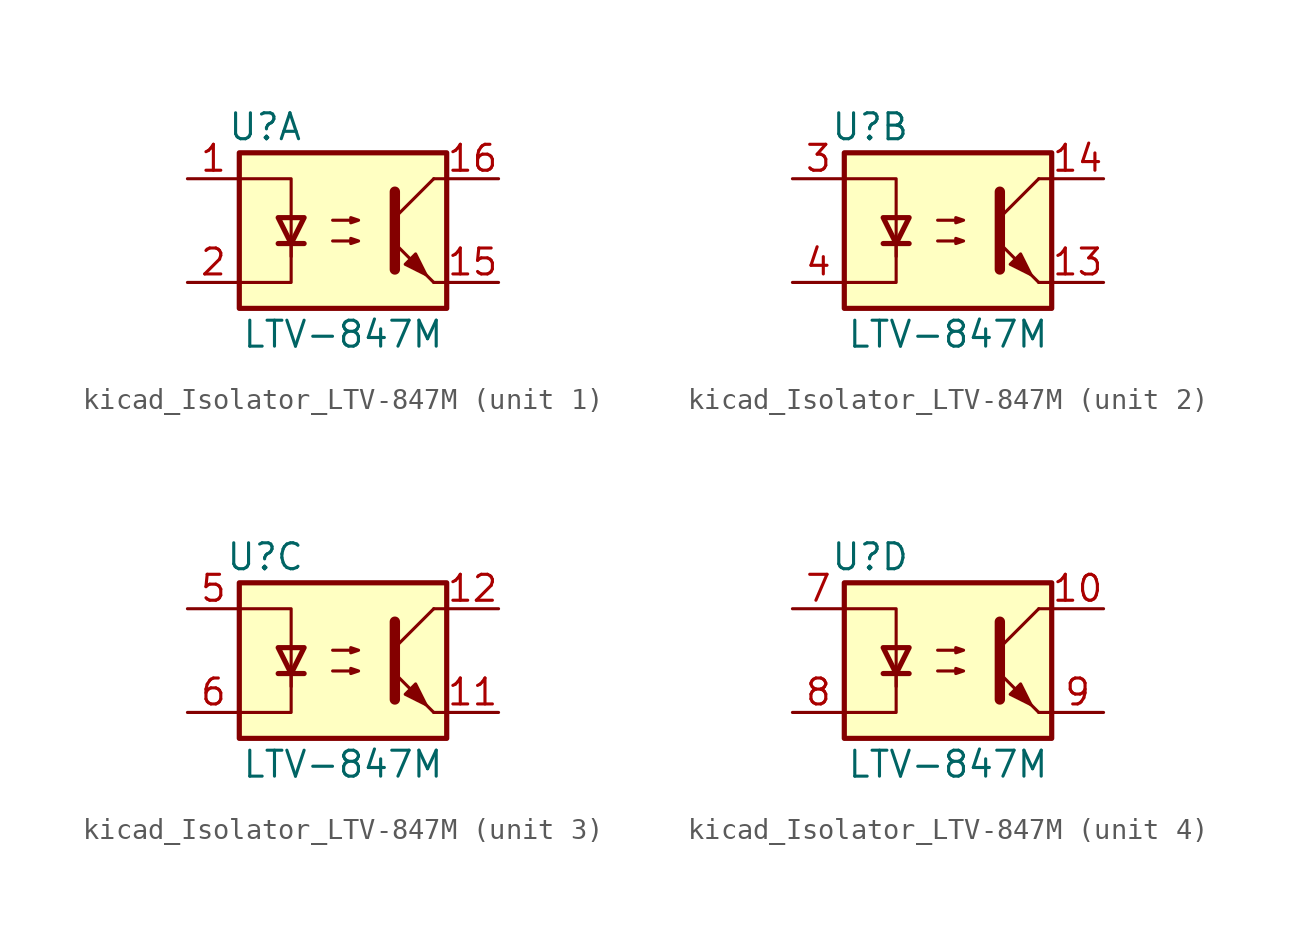
<source format=kicad_sym>
(kicad_symbol_lib
  (version 20220914)
  (generator kicad_symbol_editor)
  (symbol "kicad_Isolator_LTV-847M"
    (pin_names
      (offset 1.016))
    (property "Reference" "U"
      (at -3.81 5.08 0)
      (effects (font (size 1.27 1.27))))
    (property "Value" "LTV-847M"
      (at 0 -5.08 0)
      (effects (font (size 1.27 1.27))))
    (symbol "kicad_Isolator_LTV-847M_0_1"
      (rectangle (start -5.08 3.81) (end 5.08 -3.81) (stroke (width 0.254) (type default)) (fill (type background)))
      (polyline (pts (xy -3.175 -0.635) (xy -1.905 -0.635)) (stroke (width 0.254) (type default)) (fill (type none)))
      (polyline (pts (xy 2.54 0.635) (xy 4.445 2.54)) (stroke (width 0) (type default)) (fill (type none)))
      (polyline (pts (xy 4.445 -2.54) (xy 2.54 -0.635)) (stroke (width 0) (type default)) (fill (type outline)))
      (polyline (pts (xy 4.445 -2.54) (xy 5.08 -2.54)) (stroke (width 0) (type default)) (fill (type none)))
      (polyline (pts (xy 4.445 2.54) (xy 5.08 2.54)) (stroke (width 0) (type default)) (fill (type none)))
      (polyline (pts (xy -2.54 -0.635) (xy -2.54 -2.54) (xy -5.08 -2.54)) (stroke (width 0) (type default)) (fill (type none)))
      (polyline (pts (xy 2.54 1.905) (xy 2.54 -1.905) (xy 2.54 -1.905)) (stroke (width 0.508) (type default)) (fill (type none)))
      (polyline (pts (xy -5.08 2.54) (xy -2.54 2.54) (xy -2.54 -1.27) (xy -2.54 0.635)) (stroke (width 0) (type default)) (fill (type none)))
      (polyline (pts (xy -2.54 -0.635) (xy -3.175 0.635) (xy -1.905 0.635) (xy -2.54 -0.635)) (stroke (width 0.254) (type default)) (fill (type none)))
      (polyline (pts (xy -0.508 -0.508) (xy 0.762 -0.508) (xy 0.381 -0.635) (xy 0.381 -0.381) (xy 0.762 -0.508)) (stroke (width 0) (type default)) (fill (type none)))
      (polyline (pts (xy -0.508 0.508) (xy 0.762 0.508) (xy 0.381 0.381) (xy 0.381 0.635) (xy 0.762 0.508)) (stroke (width 0) (type default)) (fill (type none)))
      (polyline (pts (xy 3.048 -1.651) (xy 3.556 -1.143) (xy 4.064 -2.159) (xy 3.048 -1.651) (xy 3.048 -1.651)) (stroke (width 0) (type default)) (fill (type outline))))
    (symbol "kicad_Isolator_LTV-847M_1_1"
      (pin passive line (at -7.62 2.54 0) (length 2.54) (name "~" (effects (font (size 1.27 1.27)))) (number "1" (effects (font (size 1.27 1.27)))))
      (pin passive line (at 7.62 -2.54 180) (length 2.54) (name "~" (effects (font (size 1.27 1.27)))) (number "15" (effects (font (size 1.27 1.27)))))
      (pin passive line (at 7.62 2.54 180) (length 2.54) (name "~" (effects (font (size 1.27 1.27)))) (number "16" (effects (font (size 1.27 1.27)))))
      (pin passive line (at -7.62 -2.54 0) (length 2.54) (name "~" (effects (font (size 1.27 1.27)))) (number "2" (effects (font (size 1.27 1.27))))))
    (symbol "kicad_Isolator_LTV-847M_2_1"
      (pin passive line (at 7.62 -2.54 180) (length 2.54) (name "~" (effects (font (size 1.27 1.27)))) (number "13" (effects (font (size 1.27 1.27)))))
      (pin passive line (at 7.62 2.54 180) (length 2.54) (name "~" (effects (font (size 1.27 1.27)))) (number "14" (effects (font (size 1.27 1.27)))))
      (pin passive line (at -7.62 2.54 0) (length 2.54) (name "~" (effects (font (size 1.27 1.27)))) (number "3" (effects (font (size 1.27 1.27)))))
      (pin passive line (at -7.62 -2.54 0) (length 2.54) (name "~" (effects (font (size 1.27 1.27)))) (number "4" (effects (font (size 1.27 1.27))))))
    (symbol "kicad_Isolator_LTV-847M_3_1"
      (pin passive line (at 7.62 -2.54 180) (length 2.54) (name "~" (effects (font (size 1.27 1.27)))) (number "11" (effects (font (size 1.27 1.27)))))
      (pin passive line (at 7.62 2.54 180) (length 2.54) (name "~" (effects (font (size 1.27 1.27)))) (number "12" (effects (font (size 1.27 1.27)))))
      (pin passive line (at -7.62 2.54 0) (length 2.54) (name "~" (effects (font (size 1.27 1.27)))) (number "5" (effects (font (size 1.27 1.27)))))
      (pin passive line (at -7.62 -2.54 0) (length 2.54) (name "~" (effects (font (size 1.27 1.27)))) (number "6" (effects (font (size 1.27 1.27))))))
    (symbol "kicad_Isolator_LTV-847M_4_1"
      (pin passive line (at 7.62 2.54 180) (length 2.54) (name "~" (effects (font (size 1.27 1.27)))) (number "10" (effects (font (size 1.27 1.27)))))
      (pin passive line (at -7.62 2.54 0) (length 2.54) (name "~" (effects (font (size 1.27 1.27)))) (number "7" (effects (font (size 1.27 1.27)))))
      (pin passive line (at -7.62 -2.54 0) (length 2.54) (name "~" (effects (font (size 1.27 1.27)))) (number "8" (effects (font (size 1.27 1.27)))))
      (pin passive line (at 7.62 -2.54 180) (length 2.54) (name "~" (effects (font (size 1.27 1.27)))) (number "9" (effects (font (size 1.27 1.27))))))))
</source>
